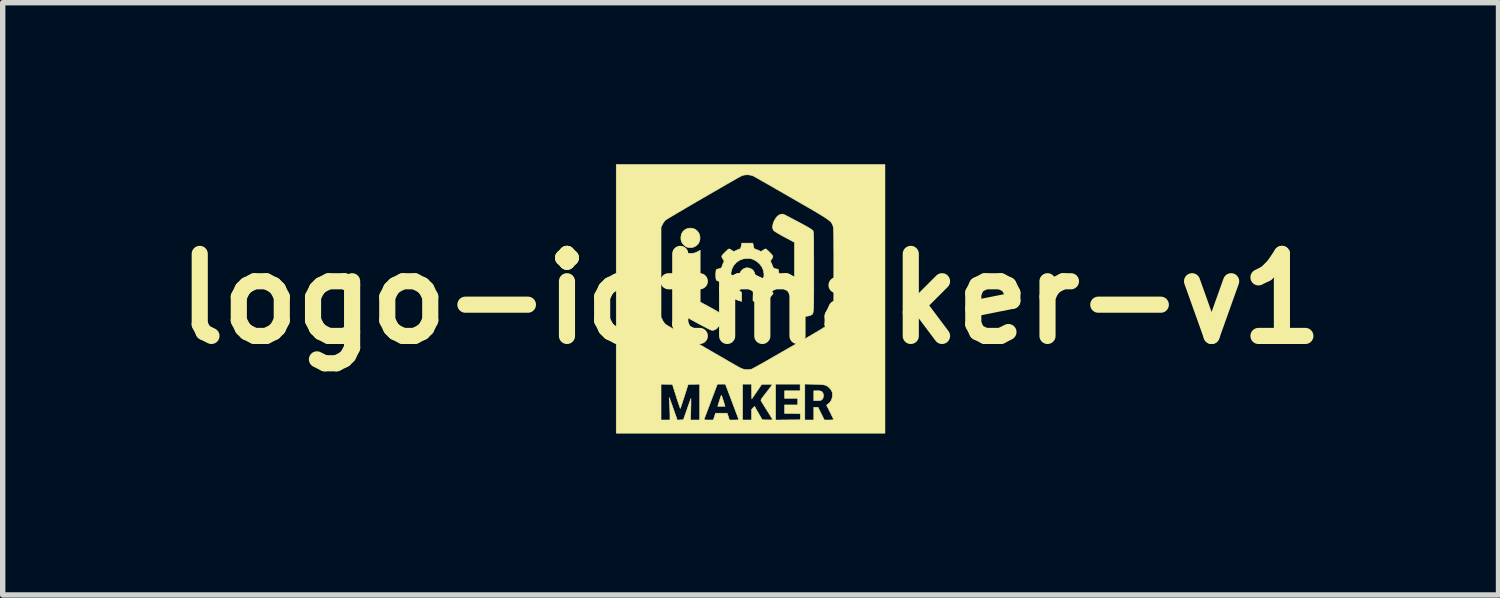
<source format=kicad_pcb>
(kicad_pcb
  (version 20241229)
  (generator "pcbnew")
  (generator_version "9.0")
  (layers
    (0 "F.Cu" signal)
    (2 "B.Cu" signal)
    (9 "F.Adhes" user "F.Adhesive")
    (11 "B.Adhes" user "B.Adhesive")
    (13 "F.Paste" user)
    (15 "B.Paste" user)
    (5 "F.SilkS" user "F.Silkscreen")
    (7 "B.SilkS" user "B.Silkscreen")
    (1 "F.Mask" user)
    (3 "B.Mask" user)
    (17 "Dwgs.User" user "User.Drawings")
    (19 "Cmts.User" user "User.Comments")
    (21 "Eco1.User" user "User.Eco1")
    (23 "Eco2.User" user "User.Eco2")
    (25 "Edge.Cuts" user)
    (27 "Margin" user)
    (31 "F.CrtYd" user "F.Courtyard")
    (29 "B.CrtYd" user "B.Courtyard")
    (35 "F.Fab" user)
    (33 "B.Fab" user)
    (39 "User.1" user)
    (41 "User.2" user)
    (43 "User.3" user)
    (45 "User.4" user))
  (footprint "logo-iotmaker-v1"
    (layer "F.Cu")
    (at 10.893 2.501)
    (property "Reference" "logo-iotmaker-v1" (at 0 0 0) (layer "F.SilkS") (effects (font (size 1.524 1.524) (thickness 0.3))))
    (attr through_hole)
    (fp_poly (pts (xy -0.539 1.798) (xy -0.534 1.81) (xy -0.526 1.832) (xy -0.515 1.867) (xy -0.505 1.898) (xy -0.475 1.997) (xy -0.611 1.997) (xy -0.581 1.898) (xy -0.568 1.86) (xy -0.558 1.827) (xy -0.55 1.805) (xy -0.546 1.796) (xy -0.543 1.795) (xy -0.539 1.798)) (stroke (width 0.01) (type solid)) (fill yes) (layer "F.SilkS"))
    (fp_poly (pts (xy 1.276 1.709) (xy 1.301 1.713) (xy 1.319 1.721) (xy 1.325 1.725) (xy 1.344 1.75) (xy 1.353 1.782) (xy 1.353 1.817) (xy 1.343 1.849) (xy 1.325 1.874) (xy 1.309 1.883) (xy 1.288 1.888) (xy 1.257 1.891) (xy 1.23 1.892) (xy 1.174 1.892) (xy 1.174 1.708) (xy 1.238 1.708) (xy 1.276 1.709)) (stroke (width 0.01) (type solid)) (fill yes) (layer "F.SilkS"))
    (fp_poly (pts (xy -0.031 -0.573) (xy 0.006 -0.56) (xy 0.045 -0.532) (xy 0.071 -0.492) (xy 0.084 -0.441) (xy 0.084 -0.441) (xy 0.082 -0.393) (xy 0.065 -0.352) (xy 0.037 -0.318) (xy -0.000165 -0.294) (xy -0.043 -0.282) (xy -0.088 -0.283) (xy -0.133 -0.298) (xy -0.169 -0.326) (xy -0.194 -0.364) (xy -0.206 -0.407) (xy -0.205 -0.453) (xy -0.191 -0.496) (xy -0.164 -0.532) (xy -0.122 -0.563) (xy -0.078 -0.577) (xy -0.031 -0.573)) (stroke (width 0.01) (type solid)) (fill yes) (layer "F.SilkS"))
    (fp_poly (pts (xy -1.074 -1.309) (xy -1.029 -1.291) (xy -0.991 -1.261) (xy -0.961 -1.22) (xy -0.958 -1.215) (xy -0.941 -1.16) (xy -0.94 -1.106) (xy -0.953 -1.057) (xy -0.979 -1.014) (xy -1.017 -0.981) (xy -1.066 -0.958) (xy -1.095 -0.952) (xy -1.121 -0.95) (xy -1.142 -0.952) (xy -1.143 -0.952) (xy -1.167 -0.957) (xy -1.18 -0.96) (xy -1.204 -0.971) (xy -1.232 -0.993) (xy -1.259 -1.021) (xy -1.279 -1.051) (xy -1.279 -1.052) (xy -1.293 -1.094) (xy -1.295 -1.143) (xy -1.288 -1.191) (xy -1.28 -1.213) (xy -1.252 -1.257) (xy -1.214 -1.288) (xy -1.17 -1.307) (xy -1.122 -1.314) (xy -1.074 -1.309)) (stroke (width 0.01) (type solid)) (fill yes) (layer "F.SilkS"))
    (fp_poly (pts (xy -0.937 0.059) (xy -0.752 0.159) (xy -0.692 0.192) (xy -0.64 0.221) (xy -0.598 0.246) (xy -0.568 0.266) (xy -0.551 0.279) (xy -0.549 0.281) (xy -0.532 0.315) (xy -0.528 0.352) (xy -0.536 0.397) (xy -0.558 0.45) (xy -0.559 0.451) (xy -0.588 0.504) (xy -0.618 0.542) (xy -0.648 0.567) (xy -0.675 0.578) (xy -0.693 0.583) (xy -0.708 0.585) (xy -0.724 0.583) (xy -0.743 0.577) (xy -0.769 0.565) (xy -0.807 0.546) (xy -0.826 0.536) (xy -0.936 0.478) (xy -1.031 0.427) (xy -1.11 0.384) (xy -1.174 0.347) (xy -1.223 0.317) (xy -1.257 0.294) (xy -1.277 0.278) (xy -1.281 0.273) (xy -1.284 0.267) (xy -1.287 0.258) (xy -1.289 0.247) (xy -1.291 0.231) (xy -1.292 0.208) (xy -1.293 0.179) (xy -1.294 0.141) (xy -1.295 0.093) (xy -1.296 0.034) (xy -1.296 -0.037) (xy -1.296 -0.123) (xy -1.296 -0.223) (xy -1.296 -0.327) (xy -1.296 -0.9) (xy -1.246 -0.873) (xy -1.219 -0.859) (xy -1.196 -0.851) (xy -1.17 -0.847) (xy -1.136 -0.845) (xy -1.12 -0.845) (xy -1.081 -0.846) (xy -1.052 -0.849) (xy -1.028 -0.856) (xy -1.001 -0.868) (xy -0.991 -0.873) (xy -0.937 -0.901) (xy -0.937 0.059)) (stroke (width 0.01) (type solid)) (fill yes) (layer "F.SilkS"))
    (fp_poly (pts (xy 0.607 -1.572) (xy 0.619 -1.566) (xy 0.645 -1.554) (xy 0.682 -1.535) (xy 0.729 -1.511) (xy 0.783 -1.482) (xy 0.842 -1.451) (xy 0.884 -1.429) (xy 0.959 -1.389) (xy 1.019 -1.356) (xy 1.067 -1.329) (xy 1.103 -1.307) (xy 1.129 -1.29) (xy 1.147 -1.277) (xy 1.156 -1.267) (xy 1.157 -1.266) (xy 1.16 -1.26) (xy 1.163 -1.254) (xy 1.165 -1.245) (xy 1.167 -1.232) (xy 1.168 -1.214) (xy 1.17 -1.19) (xy 1.171 -1.16) (xy 1.172 -1.121) (xy 1.172 -1.073) (xy 1.173 -1.014) (xy 1.173 -0.944) (xy 1.173 -0.86) (xy 1.174 -0.763) (xy 1.174 -0.651) (xy 1.174 -0.523) (xy 1.174 -0.501) (xy 1.174 -0.367) (xy 1.174 -0.249) (xy 1.174 -0.146) (xy 1.173 -0.058) (xy 1.173 0.018) (xy 1.172 0.081) (xy 1.171 0.133) (xy 1.169 0.176) (xy 1.166 0.21) (xy 1.163 0.237) (xy 1.16 0.257) (xy 1.155 0.272) (xy 1.149 0.282) (xy 1.143 0.29) (xy 1.135 0.295) (xy 1.126 0.3) (xy 1.116 0.305) (xy 1.113 0.306) (xy 1.081 0.317) (xy 1.039 0.323) (xy 0.992 0.326) (xy 0.946 0.323) (xy 0.906 0.317) (xy 0.878 0.307) (xy 0.853 0.286) (xy 0.833 0.262) (xy 0.832 0.261) (xy 0.829 0.255) (xy 0.826 0.248) (xy 0.823 0.239) (xy 0.821 0.227) (xy 0.82 0.21) (xy 0.818 0.187) (xy 0.817 0.157) (xy 0.816 0.118) (xy 0.816 0.07) (xy 0.815 0.012) (xy 0.815 -0.059) (xy 0.815 -0.144) (xy 0.815 -0.242) (xy 0.815 -0.357) (xy 0.815 -0.409) (xy 0.815 -1.049) (xy 0.629 -1.149) (xy 0.564 -1.184) (xy 0.51 -1.215) (xy 0.468 -1.241) (xy 0.44 -1.26) (xy 0.426 -1.272) (xy 0.411 -1.306) (xy 0.409 -1.348) (xy 0.418 -1.396) (xy 0.437 -1.446) (xy 0.466 -1.496) (xy 0.491 -1.528) (xy 0.521 -1.553) (xy 0.556 -1.569) (xy 0.591 -1.574) (xy 0.607 -1.572)) (stroke (width 0.01) (type solid)) (fill yes) (layer "F.SilkS"))
    (fp_poly (pts (xy 0.052 -0.982) (xy 0.059 -0.953) (xy 0.067 -0.936) (xy 0.078 -0.927) (xy 0.095 -0.921) (xy 0.125 -0.91) (xy 0.156 -0.896) (xy 0.159 -0.895) (xy 0.191 -0.878) (xy 0.231 -0.903) (xy 0.255 -0.917) (xy 0.274 -0.927) (xy 0.28 -0.928) (xy 0.29 -0.922) (xy 0.309 -0.907) (xy 0.333 -0.885) (xy 0.358 -0.86) (xy 0.382 -0.835) (xy 0.4 -0.814) (xy 0.41 -0.8) (xy 0.414 -0.787) (xy 0.411 -0.771) (xy 0.398 -0.748) (xy 0.394 -0.741) (xy 0.368 -0.7) (xy 0.384 -0.668) (xy 0.398 -0.637) (xy 0.41 -0.605) (xy 0.411 -0.602) (xy 0.422 -0.579) (xy 0.439 -0.566) (xy 0.454 -0.561) (xy 0.479 -0.555) (xy 0.498 -0.552) (xy 0.5 -0.552) (xy 0.512 -0.545) (xy 0.52 -0.525) (xy 0.524 -0.489) (xy 0.526 -0.437) (xy 0.523 -0.391) (xy 0.517 -0.357) (xy 0.507 -0.337) (xy 0.497 -0.333) (xy 0.482 -0.331) (xy 0.458 -0.325) (xy 0.454 -0.324) (xy 0.433 -0.316) (xy 0.42 -0.303) (xy 0.41 -0.28) (xy 0.408 -0.273) (xy 0.397 -0.244) (xy 0.385 -0.218) (xy 0.381 -0.21) (xy 0.375 -0.196) (xy 0.376 -0.183) (xy 0.383 -0.164) (xy 0.395 -0.143) (xy 0.42 -0.099) (xy 0.386 -0.056) (xy 0.366 -0.032) (xy 0.341 -0.007) (xy 0.316 0.016) (xy 0.294 0.034) (xy 0.279 0.043) (xy 0.276 0.044) (xy 0.267 0.04) (xy 0.247 0.029) (xy 0.231 0.018) (xy 0.19 -0.007) (xy 0.137 0.018) (xy 0.106 0.032) (xy 0.079 0.041) (xy 0.063 0.044) (xy 0.053 0.043) (xy 0.047 0.039) (xy 0.044 0.028) (xy 0.044 0.008) (xy 0.045 -0.026) (xy 0.045 -0.041) (xy 0.048 -0.125) (xy 0.087 -0.157) (xy 0.144 -0.207) (xy 0.187 -0.254) (xy 0.217 -0.303) (xy 0.237 -0.356) (xy 0.245 -0.391) (xy 0.249 -0.46) (xy 0.237 -0.528) (xy 0.21 -0.591) (xy 0.169 -0.647) (xy 0.116 -0.694) (xy 0.072 -0.72) (xy 0.04 -0.735) (xy 0.014 -0.743) (xy -0.014 -0.748) (xy -0.05 -0.749) (xy -0.061 -0.749) (xy -0.131 -0.743) (xy -0.192 -0.723) (xy -0.248 -0.689) (xy -0.269 -0.671) (xy -0.314 -0.62) (xy -0.345 -0.56) (xy -0.363 -0.496) (xy -0.368 -0.429) (xy -0.36 -0.363) (xy -0.338 -0.301) (xy -0.302 -0.245) (xy -0.275 -0.217) (xy -0.246 -0.19) (xy -0.216 -0.162) (xy -0.2 -0.148) (xy -0.166 -0.116) (xy -0.166 0.046) (xy -0.194 0.04) (xy -0.218 0.033) (xy -0.249 0.022) (xy -0.268 0.014) (xy -0.313 -0.007) (xy -0.352 0.018) (xy -0.375 0.033) (xy -0.394 0.042) (xy -0.4 0.044) (xy -0.411 0.038) (xy -0.43 0.022) (xy -0.455 0) (xy -0.467 -0.012) (xy -0.5 -0.045) (xy -0.522 -0.069) (xy -0.533 -0.088) (xy -0.535 -0.104) (xy -0.53 -0.121) (xy -0.518 -0.142) (xy -0.517 -0.143) (xy -0.491 -0.183) (xy -0.513 -0.232) (xy -0.524 -0.26) (xy -0.532 -0.283) (xy -0.534 -0.293) (xy -0.537 -0.304) (xy -0.549 -0.313) (xy -0.572 -0.322) (xy -0.594 -0.328) (xy -0.622 -0.337) (xy -0.636 -0.349) (xy -0.64 -0.36) (xy -0.645 -0.385) (xy -0.647 -0.421) (xy -0.647 -0.462) (xy -0.645 -0.499) (xy -0.643 -0.518) (xy -0.638 -0.539) (xy -0.627 -0.549) (xy -0.607 -0.555) (xy -0.602 -0.555) (xy -0.564 -0.565) (xy -0.541 -0.578) (xy -0.534 -0.591) (xy -0.531 -0.606) (xy -0.522 -0.63) (xy -0.513 -0.653) (xy -0.491 -0.702) (xy -0.516 -0.742) (xy -0.531 -0.769) (xy -0.536 -0.786) (xy -0.533 -0.8) (xy -0.522 -0.815) (xy -0.502 -0.837) (xy -0.478 -0.861) (xy -0.452 -0.886) (xy -0.429 -0.908) (xy -0.41 -0.923) (xy -0.4 -0.928) (xy -0.387 -0.924) (xy -0.366 -0.912) (xy -0.352 -0.903) (xy -0.313 -0.878) (xy -0.26 -0.903) (xy -0.231 -0.916) (xy -0.208 -0.925) (xy -0.195 -0.928) (xy -0.188 -0.936) (xy -0.18 -0.957) (xy -0.174 -0.981) (xy -0.164 -1.034) (xy 0.041 -1.034) (xy 0.052 -0.982)) (stroke (width 0.01) (type solid)) (fill yes) (layer "F.SilkS"))
    (fp_poly (pts (xy 2.496 2.496) (xy -2.496 2.496) (xy -2.496 1.585) (xy -1.664 1.585) (xy -1.664 2.251) (xy -1.498 2.251) (xy -1.498 2.157) (xy -1.499 2.108) (xy -1.501 2.051) (xy -1.503 1.991) (xy -1.506 1.949) (xy -1.508 1.906) (xy -1.51 1.871) (xy -1.511 1.845) (xy -1.512 1.833) (xy -1.511 1.833) (xy -1.508 1.84) (xy -1.5 1.862) (xy -1.488 1.896) (xy -1.472 1.94) (xy -1.453 1.992) (xy -1.436 2.041) (xy -1.362 2.252) (xy -1.306 2.249) (xy -1.249 2.247) (xy -1.181 2.054) (xy -1.162 1.999) (xy -1.144 1.949) (xy -1.129 1.907) (xy -1.118 1.876) (xy -1.111 1.857) (xy -1.109 1.852) (xy -1.108 1.858) (xy -1.108 1.879) (xy -1.108 1.913) (xy -1.108 1.958) (xy -1.109 2.011) (xy -1.11 2.047) (xy -1.115 2.251) (xy -0.946 2.251) (xy -0.946 2.24) (xy -0.865 2.24) (xy -0.862 2.245) (xy -0.849 2.249) (xy -0.823 2.25) (xy -0.781 2.251) (xy -0.693 2.251) (xy -0.672 2.187) (xy -0.651 2.124) (xy -0.435 2.124) (xy -0.414 2.187) (xy -0.393 2.251) (xy -0.305 2.251) (xy -0.263 2.25) (xy -0.237 2.249) (xy -0.223 2.245) (xy -0.221 2.24) (xy -0.225 2.23) (xy -0.234 2.205) (xy -0.248 2.167) (xy -0.267 2.119) (xy -0.288 2.061) (xy -0.313 1.996) (xy -0.339 1.926) (xy -0.346 1.907) (xy -0.468 1.585) (xy -0.149 1.585) (xy -0.149 2.251) (xy 0.018 2.251) (xy 0.018 2.055) (xy 0.045 2.026) (xy 0.073 1.998) (xy 0.216 2.247) (xy 0.314 2.249) (xy 0.353 2.25) (xy 0.385 2.249) (xy 0.405 2.248) (xy 0.412 2.247) (xy 0.407 2.238) (xy 0.395 2.217) (xy 0.375 2.186) (xy 0.351 2.146) (xy 0.322 2.1) (xy 0.307 2.077) (xy 0.276 2.027) (xy 0.248 1.983) (xy 0.225 1.944) (xy 0.206 1.915) (xy 0.196 1.897) (xy 0.194 1.894) (xy 0.192 1.886) (xy 0.194 1.876) (xy 0.202 1.86) (xy 0.217 1.838) (xy 0.239 1.808) (xy 0.271 1.767) (xy 0.294 1.738) (xy 0.327 1.696) (xy 0.356 1.658) (xy 0.379 1.627) (xy 0.396 1.604) (xy 0.403 1.593) (xy 0.403 1.592) (xy 0.395 1.59) (xy 0.373 1.588) (xy 0.34 1.587) (xy 0.304 1.587) (xy 0.206 1.59) (xy 0.022 1.859) (xy 0.019 1.722) (xy 0.017 1.585) (xy 0.464 1.585) (xy 0.464 2.251) (xy 0.493 2.251) (xy 1.007 2.251) (xy 1.174 2.251) (xy 1.174 2.014) (xy 1.253 2.014) (xy 1.311 2.133) (xy 1.37 2.251) (xy 1.456 2.251) (xy 1.497 2.25) (xy 1.526 2.248) (xy 1.54 2.244) (xy 1.542 2.242) (xy 1.538 2.232) (xy 1.527 2.208) (xy 1.511 2.175) (xy 1.492 2.135) (xy 1.478 2.109) (xy 1.456 2.066) (xy 1.438 2.029) (xy 1.423 2) (xy 1.414 1.982) (xy 1.412 1.978) (xy 1.417 1.971) (xy 1.433 1.958) (xy 1.44 1.953) (xy 1.475 1.922) (xy 1.501 1.88) (xy 1.517 1.83) (xy 1.522 1.777) (xy 1.516 1.735) (xy 1.497 1.695) (xy 1.466 1.656) (xy 1.428 1.624) (xy 1.394 1.607) (xy 1.375 1.601) (xy 1.349 1.596) (xy 1.315 1.593) (xy 1.271 1.59) (xy 1.212 1.588) (xy 1.18 1.587) (xy 1.007 1.583) (xy 1.007 2.251) (xy 0.493 2.251) (xy 0.924 2.247) (xy 0.924 2.133) (xy 0.777 2.13) (xy 0.631 2.128) (xy 0.631 1.971) (xy 0.876 1.971) (xy 0.876 1.848) (xy 0.631 1.848) (xy 0.631 1.708) (xy 0.92 1.708) (xy 0.92 1.585) (xy 0.464 1.585) (xy 0.017 1.585) (xy -0.149 1.585) (xy -0.468 1.585) (xy -0.543 1.585) (xy -0.617 1.585) (xy -0.739 1.907) (xy -0.766 1.979) (xy -0.791 2.045) (xy -0.814 2.105) (xy -0.833 2.156) (xy -0.848 2.196) (xy -0.859 2.225) (xy -0.864 2.239) (xy -0.865 2.24) (xy -0.946 2.24) (xy -0.946 1.585) (xy -1.16 1.59) (xy -1.23 1.81) (xy -1.249 1.869) (xy -1.267 1.923) (xy -1.282 1.968) (xy -1.294 2.004) (xy -1.302 2.027) (xy -1.305 2.036) (xy -1.309 2.029) (xy -1.317 2.007) (xy -1.329 1.973) (xy -1.344 1.929) (xy -1.362 1.876) (xy -1.38 1.817) (xy -1.381 1.815) (xy -1.452 1.59) (xy -1.664 1.585) (xy -2.496 1.585) (xy -2.496 -1.327) (xy -1.664 -1.327) (xy -1.664 0.337) (xy -1.639 0.39) (xy -1.621 0.423) (xy -1.599 0.453) (xy -1.584 0.47) (xy -1.574 0.477) (xy -1.549 0.493) (xy -1.512 0.515) (xy -1.464 0.544) (xy -1.406 0.579) (xy -1.339 0.618) (xy -1.265 0.662) (xy -1.185 0.709) (xy -1.101 0.759) (xy -1.013 0.81) (xy -0.923 0.862) (xy -0.833 0.915) (xy -0.743 0.967) (xy -0.655 1.018) (xy -0.57 1.067) (xy -0.49 1.113) (xy -0.417 1.156) (xy -0.35 1.194) (xy -0.292 1.227) (xy -0.244 1.255) (xy -0.207 1.275) (xy -0.182 1.288) (xy -0.18 1.289) (xy -0.12 1.311) (xy -0.055 1.316) (xy 0.013 1.307) (xy 0.024 1.304) (xy 0.036 1.298) (xy 0.061 1.284) (xy 0.1 1.263) (xy 0.15 1.235) (xy 0.212 1.201) (xy 0.282 1.161) (xy 0.361 1.116) (xy 0.447 1.066) (xy 0.54 1.013) (xy 0.637 0.957) (xy 0.739 0.899) (xy 0.742 0.897) (xy 0.866 0.826) (xy 0.975 0.763) (xy 1.071 0.707) (xy 1.155 0.658) (xy 1.227 0.616) (xy 1.288 0.579) (xy 1.34 0.547) (xy 1.383 0.52) (xy 1.418 0.496) (xy 1.447 0.476) (xy 1.469 0.458) (xy 1.486 0.442) (xy 1.499 0.427) (xy 1.509 0.414) (xy 1.517 0.4) (xy 1.523 0.385) (xy 1.528 0.37) (xy 1.53 0.366) (xy 1.533 0.357) (xy 1.535 0.348) (xy 1.537 0.335) (xy 1.539 0.32) (xy 1.54 0.3) (xy 1.542 0.274) (xy 1.543 0.241) (xy 1.544 0.201) (xy 1.544 0.151) (xy 1.545 0.092) (xy 1.545 0.021) (xy 1.546 -0.062) (xy 1.546 -0.159) (xy 1.546 -0.27) (xy 1.546 -0.397) (xy 1.546 -0.495) (xy 1.546 -0.633) (xy 1.546 -0.755) (xy 1.546 -0.862) (xy 1.545 -0.954) (xy 1.545 -1.033) (xy 1.545 -1.1) (xy 1.544 -1.157) (xy 1.543 -1.203) (xy 1.542 -1.241) (xy 1.541 -1.272) (xy 1.54 -1.296) (xy 1.538 -1.315) (xy 1.536 -1.329) (xy 1.534 -1.34) (xy 1.532 -1.35) (xy 1.53 -1.356) (xy 1.524 -1.372) (xy 1.518 -1.386) (xy 1.511 -1.4) (xy 1.501 -1.414) (xy 1.489 -1.429) (xy 1.472 -1.445) (xy 1.451 -1.462) (xy 1.423 -1.482) (xy 1.389 -1.506) (xy 1.347 -1.533) (xy 1.296 -1.564) (xy 1.236 -1.6) (xy 1.165 -1.642) (xy 1.083 -1.69) (xy 0.988 -1.745) (xy 0.88 -1.807) (xy 0.762 -1.875) (xy 0.661 -1.933) (xy 0.564 -1.989) (xy 0.472 -2.042) (xy 0.386 -2.092) (xy 0.307 -2.137) (xy 0.236 -2.177) (xy 0.175 -2.212) (xy 0.124 -2.241) (xy 0.085 -2.263) (xy 0.059 -2.277) (xy 0.048 -2.283) (xy 0.003 -2.297) (xy -0.049 -2.304) (xy -0.103 -2.302) (xy -0.149 -2.292) (xy -0.162 -2.287) (xy -0.179 -2.278) (xy -0.21 -2.262) (xy -0.253 -2.238) (xy -0.306 -2.208) (xy -0.369 -2.172) (xy -0.439 -2.132) (xy -0.517 -2.087) (xy -0.599 -2.039) (xy -0.686 -1.989) (xy -0.775 -1.938) (xy -0.866 -1.885) (xy -0.957 -1.832) (xy -1.047 -1.78) (xy -1.134 -1.729) (xy -1.217 -1.68) (xy -1.295 -1.634) (xy -1.367 -1.592) (xy -1.43 -1.554) (xy -1.485 -1.522) (xy -1.529 -1.495) (xy -1.561 -1.475) (xy -1.58 -1.463) (xy -1.584 -1.46) (xy -1.604 -1.436) (xy -1.625 -1.405) (xy -1.639 -1.379) (xy -1.664 -1.327) (xy -2.496 -1.327) (xy -2.496 -2.496) (xy 2.496 -2.496) (xy 2.496 2.496)) (stroke (width 0.01) (type solid)) (fill yes) (layer "F.SilkS")))
  (gr_rect
    (start -3 -3)
    (end 24.786 8.002)
    (stroke (width 0.1) (type default))
    (fill no)
    (layer "Edge.Cuts")))
</source>
